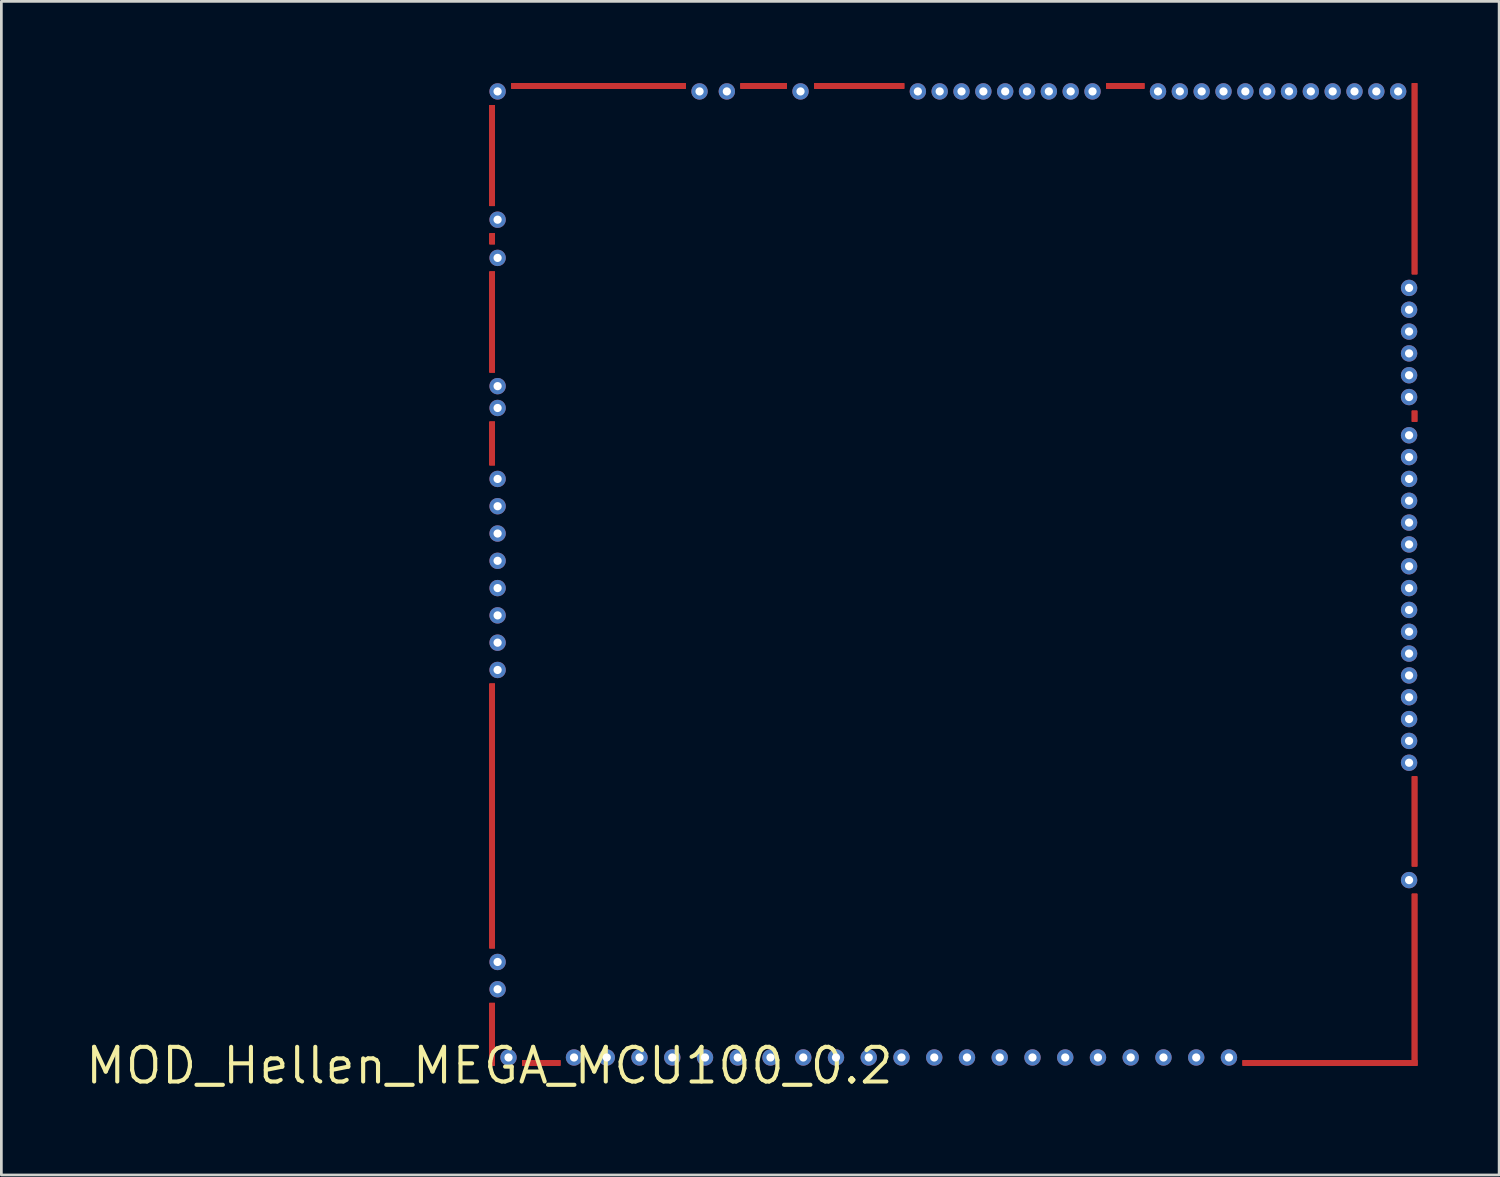
<source format=kicad_pcb>
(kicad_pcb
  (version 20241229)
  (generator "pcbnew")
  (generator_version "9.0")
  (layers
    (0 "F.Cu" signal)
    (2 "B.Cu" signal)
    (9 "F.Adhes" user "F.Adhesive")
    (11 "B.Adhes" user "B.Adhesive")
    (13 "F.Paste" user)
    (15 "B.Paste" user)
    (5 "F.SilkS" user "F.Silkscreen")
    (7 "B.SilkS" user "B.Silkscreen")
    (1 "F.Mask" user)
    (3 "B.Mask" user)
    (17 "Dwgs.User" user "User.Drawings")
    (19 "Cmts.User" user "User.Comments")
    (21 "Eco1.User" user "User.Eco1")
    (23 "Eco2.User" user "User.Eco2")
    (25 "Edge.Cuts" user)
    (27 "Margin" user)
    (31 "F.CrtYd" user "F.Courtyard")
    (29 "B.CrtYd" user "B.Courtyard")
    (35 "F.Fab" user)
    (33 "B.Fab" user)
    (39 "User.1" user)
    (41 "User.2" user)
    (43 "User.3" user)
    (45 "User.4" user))
  (footprint "MOD_Hellen_MEGA_MCU100_0.2"
    (layer "F.Cu")
    (at 14.884 36)
    (property "Reference" "MOD_Hellen_MEGA_MCU100_0.2" (at 0 0 0) (layer "F.SilkS") (effects (font (size 1.27 1.27) (thickness 0.15))))
    (attr through_hole)
    (pad "1" thru_hole oval (at 33.7 -6.8 270) (size 0.6 0.6) (drill 0.3) (layers "F.Cu" "F.Mask"))
    (pad "2" thru_hole oval (at 33.7 -11.1 270) (size 0.6 0.6) (drill 0.3) (layers "F.Cu" "F.Mask"))
    (pad "3" thru_hole oval (at 33.7 -11.9 180) (size 0.6 0.6) (drill 0.3) (layers "F.Cu" "F.Mask"))
    (pad "4" thru_hole oval (at 33.7 -12.7 180) (size 0.6 0.6) (drill 0.3) (layers "F.Cu" "F.Mask"))
    (pad "5" thru_hole oval (at 33.7 -13.5 270) (size 0.6 0.6) (drill 0.3) (layers "F.Cu" "F.Mask"))
    (pad "6" thru_hole oval (at 33.7 -14.3) (size 0.6 0.6) (drill 0.3) (layers "F.Cu" "F.Mask"))
    (pad "7" thru_hole oval (at 33.7 -15.1) (size 0.6 0.6) (drill 0.3) (layers "F.Cu" "F.Mask"))
    (pad "8" thru_hole oval (at 33.7 -15.9) (size 0.6 0.6) (drill 0.3) (layers "F.Cu" "F.Mask"))
    (pad "9" thru_hole oval (at 33.7 -16.7) (size 0.6 0.6) (drill 0.3) (layers "F.Cu" "F.Mask"))
    (pad "10" thru_hole oval (at 33.7 -17.5 180) (size 0.6 0.6) (drill 0.3) (layers "F.Cu" "F.Mask"))
    (pad "11" thru_hole oval (at 33.7 -18.3 180) (size 0.6 0.6) (drill 0.3) (layers "F.Cu" "F.Mask"))
    (pad "12" thru_hole oval (at 33.7 -19.1 180) (size 0.6 0.6) (drill 0.3) (layers "F.Cu" "F.Mask"))
    (pad "13" thru_hole oval (at 33.7 -19.9 180) (size 0.6 0.6) (drill 0.3) (layers "F.Cu" "F.Mask"))
    (pad "14" thru_hole oval (at 33.7 -20.7 180) (size 0.6 0.6) (drill 0.3) (layers "F.Cu" "F.Mask"))
    (pad "15" thru_hole oval (at 33.7 -21.5 180) (size 0.6 0.6) (drill 0.3) (layers "F.Cu" "F.Mask"))
    (pad "16" thru_hole oval (at 33.7 -22.3 270) (size 0.6 0.6) (drill 0.3) (layers "F.Cu" "F.Mask"))
    (pad "17" thru_hole oval (at 33.7 -23.1 270) (size 0.6 0.6) (drill 0.3) (layers "F.Cu" "F.Mask"))
    (pad "18" thru_hole oval (at 33.7 -24.5 270) (size 0.6 0.6) (drill 0.3) (layers "F.Cu" "F.Mask"))
    (pad "19" thru_hole oval (at 33.7 -25.3 270) (size 0.6 0.6) (drill 0.3) (layers "F.Cu" "F.Mask"))
    (pad "20" thru_hole oval (at 33.7 -26.1 270) (size 0.6 0.6) (drill 0.3) (layers "F.Cu" "F.Mask"))
    (pad "21" thru_hole oval (at 33.7 -26.9 270) (size 0.6 0.6) (drill 0.3) (layers "F.Cu" "F.Mask"))
    (pad "22" thru_hole oval (at 33.7 -27.7 270) (size 0.6 0.6) (drill 0.3) (layers "F.Cu" "F.Mask"))
    (pad "23" thru_hole oval (at 33.7 -28.5 180) (size 0.6 0.6) (drill 0.3) (layers "F.Cu" "F.Mask"))
    (pad "24" smd rect (at 33.9 -23.8 180) (size 0.2 0.4) (layers "F.Cu" "F.Mask"))
    (pad "25" smd rect (at 0.1 -33.35) (size 0.2 3.7) (layers "F.Cu" "F.Mask"))
    (pad "26" smd rect (at 0.1 -30.3) (size 0.2 0.4) (layers "F.Cu" "F.Mask"))
    (pad "27" smd rect (at 0.1 -27.25) (size 0.2 3.7) (layers "F.Cu" "F.Mask"))
    (pad "28" smd rect (at 33.9 -32.5 180) (size 0.2 7) (layers "F.Cu" "F.Mask"))
    (pad "29" smd rect (at 33.9 -3.15 180) (size 0.2 6.3) (layers "F.Cu" "F.Mask"))
    (pad "30" smd rect (at 1.9 -0.1 90) (size 0.2 1.4) (layers "F.Cu" "F.Mask"))
    (pad "31" smd rect (at 4 -35.9 270) (size 0.2 6.4) (layers "F.Cu" "F.Mask"))
    (pad "32" smd rect (at 0.1 -22.8) (size 0.2 1.6) (layers "F.Cu" "F.Mask"))
    (pad "33" smd rect (at 0.1 -1.15) (size 0.2 2.3) (layers "F.Cu" "F.Mask"))
    (pad "34" smd rect (at 0.1 -9.15) (size 0.2 9.7) (layers "F.Cu" "F.Mask"))
    (pad "35" smd rect (at 30.8 -0.1 90) (size 0.2 6.4) (layers "F.Cu" "F.Mask"))
    (pad "36" smd rect (at 23.3 -35.9 270) (size 0.2 1.4) (layers "F.Cu" "F.Mask"))
    (pad "37" smd rect (at 33.9 -8.95 180) (size 0.2 3.3) (layers "F.Cu" "F.Mask"))
    (pad "38" smd rect (at 10.05 -35.9 270) (size 0.2 1.7) (layers "F.Cu" "F.Mask"))
    (pad "39" smd rect (at 13.55 -35.9 270) (size 0.2 3.3) (layers "F.Cu" "F.Mask"))
    (pad "40" smd rect (at 33.9 -23.8 180) (size 0.2 0.4) (layers "F.Cu" "F.Mask"))
    (pad "41" smd rect (at 0.1 -33.35) (size 0.2 3.7) (layers "F.Cu" "F.Mask"))
    (pad "42" smd rect (at 0.1 -30.3) (size 0.2 0.4) (layers "F.Cu" "F.Mask"))
    (pad "43" smd rect (at 0.1 -27.25) (size 0.2 3.7) (layers "F.Cu" "F.Mask"))
    (pad "44" smd rect (at 33.9 -32.5 180) (size 0.2 7) (layers "F.Cu" "F.Mask"))
    (pad "45" smd rect (at 33.9 -3.15 180) (size 0.2 6.3) (layers "F.Cu" "F.Mask"))
    (pad "46" smd rect (at 1.9 -0.1 90) (size 0.2 1.4) (layers "F.Cu" "F.Mask"))
    (pad "47" smd rect (at 4 -35.9 270) (size 0.2 6.4) (layers "F.Cu" "F.Mask"))
    (pad "48" smd rect (at 0.1 -22.8) (size 0.2 1.6) (layers "F.Cu" "F.Mask"))
    (pad "49" smd rect (at 0.1 -1.15) (size 0.2 2.3) (layers "F.Cu" "F.Mask"))
    (pad "50" smd rect (at 0.1 -9.15) (size 0.2 9.7) (layers "F.Cu" "F.Mask"))
    (pad "51" smd rect (at 30.8 -0.1 90) (size 0.2 6.4) (layers "F.Cu" "F.Mask"))
    (pad "52" smd rect (at 23.3 -35.9 270) (size 0.2 1.4) (layers "F.Cu" "F.Mask"))
    (pad "53" smd rect (at 33.9 -8.95 180) (size 0.2 3.3) (layers "F.Cu" "F.Mask"))
    (pad "54" smd rect (at 10.05 -35.9 270) (size 0.2 1.7) (layers "F.Cu" "F.Mask"))
    (pad "55" smd rect (at 13.55 -35.9 270) (size 0.2 3.3) (layers "F.Cu" "F.Mask"))
    (pad "56" smd rect (at 33.9 -23.8 180) (size 0.2 0.4) (layers "F.Cu" "F.Mask"))
    (pad "57" smd rect (at 0.1 -33.35) (size 0.2 3.7) (layers "F.Cu" "F.Mask"))
    (pad "58" smd rect (at 0.1 -30.3) (size 0.2 0.4) (layers "F.Cu" "F.Mask"))
    (pad "59" smd rect (at 0.1 -27.25) (size 0.2 3.7) (layers "F.Cu" "F.Mask"))
    (pad "60" smd rect (at 33.9 -32.5 180) (size 0.2 7) (layers "F.Cu" "F.Mask"))
    (pad "61" smd rect (at 33.9 -3.15 180) (size 0.2 6.3) (layers "F.Cu" "F.Mask"))
    (pad "62" smd rect (at 1.9 -0.1 90) (size 0.2 1.4) (layers "F.Cu" "F.Mask"))
    (pad "63" smd rect (at 4 -35.9 270) (size 0.2 6.4) (layers "F.Cu" "F.Mask"))
    (pad "64" smd rect (at 0.1 -22.8) (size 0.2 1.6) (layers "F.Cu" "F.Mask"))
    (pad "65" smd rect (at 0.1 -1.15) (size 0.2 2.3) (layers "F.Cu" "F.Mask"))
    (pad "66" smd rect (at 0.1 -9.15) (size 0.2 9.7) (layers "F.Cu" "F.Mask"))
    (pad "67" smd rect (at 30.8 -0.1 90) (size 0.2 6.4) (layers "F.Cu" "F.Mask"))
    (pad "68" smd rect (at 23.3 -35.9 270) (size 0.2 1.4) (layers "F.Cu" "F.Mask"))
    (pad "69" smd rect (at 33.9 -8.95 180) (size 0.2 3.3) (layers "F.Cu" "F.Mask"))
    (pad "70" smd rect (at 10.05 -35.9 270) (size 0.2 1.7) (layers "F.Cu" "F.Mask"))
    (pad "71" smd rect (at 13.55 -35.9 270) (size 0.2 3.3) (layers "F.Cu" "F.Mask"))
    (pad "72" smd rect (at 33.9 -23.8 180) (size 0.2 0.4) (layers "F.Cu" "F.Mask"))
    (pad "73" smd rect (at 0.1 -33.35) (size 0.2 3.7) (layers "F.Cu" "F.Mask"))
    (pad "74" smd rect (at 0.1 -30.3) (size 0.2 0.4) (layers "F.Cu" "F.Mask"))
    (pad "75" smd rect (at 0.1 -27.25) (size 0.2 3.7) (layers "F.Cu" "F.Mask"))
    (pad "76" smd rect (at 33.9 -32.5 180) (size 0.2 7) (layers "F.Cu" "F.Mask"))
    (pad "77" smd rect (at 33.9 -3.15 180) (size 0.2 6.3) (layers "F.Cu" "F.Mask"))
    (pad "78" smd rect (at 1.9 -0.1 90) (size 0.2 1.4) (layers "F.Cu" "F.Mask"))
    (pad "79" smd rect (at 4 -35.9 270) (size 0.2 6.4) (layers "F.Cu" "F.Mask"))
    (pad "80" smd rect (at 0.1 -22.8) (size 0.2 1.6) (layers "F.Cu" "F.Mask"))
    (pad "81" smd rect (at 0.1 -1.15) (size 0.2 2.3) (layers "F.Cu" "F.Mask"))
    (pad "82" smd rect (at 0.1 -9.15) (size 0.2 9.7) (layers "F.Cu" "F.Mask"))
    (pad "83" smd rect (at 30.8 -0.1 90) (size 0.2 6.4) (layers "F.Cu" "F.Mask"))
    (pad "84" smd rect (at 23.3 -35.9 270) (size 0.2 1.4) (layers "F.Cu" "F.Mask"))
    (pad "85" smd rect (at 33.9 -8.95 180) (size 0.2 3.3) (layers "F.Cu" "F.Mask"))
    (pad "86" smd rect (at 10.05 -35.9 270) (size 0.2 1.7) (layers "F.Cu" "F.Mask"))
    (pad "87" smd rect (at 13.55 -35.9 270) (size 0.2 3.3) (layers "F.Cu" "F.Mask"))
    (pad "88" thru_hole oval (at 33.3 -35.7 270) (size 0.6 0.6) (drill 0.3) (layers "F.Cu" "F.Mask"))
    (pad "89" thru_hole oval (at 32.5 -35.7 270) (size 0.6 0.6) (drill 0.3) (layers "F.Cu" "F.Mask"))
    (pad "90" thru_hole oval (at 31.7 -35.7 270) (size 0.6 0.6) (drill 0.3) (layers "F.Cu" "F.Mask"))
    (pad "91" thru_hole oval (at 30.9 -35.7 270) (size 0.6 0.6) (drill 0.3) (layers "F.Cu" "F.Mask"))
    (pad "92" thru_hole oval (at 30.1 -35.7 270) (size 0.6 0.6) (drill 0.3) (layers "F.Cu" "F.Mask"))
    (pad "93" thru_hole oval (at 29.3 -35.7 270) (size 0.6 0.6) (drill 0.3) (layers "F.Cu" "F.Mask"))
    (pad "94" thru_hole oval (at 28.5 -35.7 90) (size 0.6 0.6) (drill 0.3) (layers "F.Cu" "F.Mask"))
    (pad "95" thru_hole oval (at 27.7 -35.7 270) (size 0.6 0.6) (drill 0.3) (layers "F.Cu" "F.Mask"))
    (pad "96" thru_hole oval (at 26.9 -35.7 90) (size 0.6 0.6) (drill 0.3) (layers "F.Cu" "F.Mask"))
    (pad "97" thru_hole oval (at 26.1 -35.7 90) (size 0.6 0.6) (drill 0.3) (layers "F.Cu" "F.Mask"))
    (pad "98" thru_hole oval (at 25.3 -35.7 90) (size 0.6 0.6) (drill 0.3) (layers "F.Cu" "F.Mask"))
    (pad "99" thru_hole oval (at 24.5 -35.7 90) (size 0.6 0.6) (drill 0.3) (layers "F.Cu" "F.Mask"))
    (pad "100" thru_hole oval (at 22.1 -35.7 270) (size 0.6 0.6) (drill 0.3) (layers "F.Cu" "F.Mask"))
    (pad "101" thru_hole oval (at 21.3 -35.7 270) (size 0.6 0.6) (drill 0.3) (layers "F.Cu" "F.Mask"))
    (pad "102" thru_hole oval (at 20.5 -35.7 270) (size 0.6 0.6) (drill 0.3) (layers "F.Cu" "F.Mask"))
    (pad "103" thru_hole oval (at 19.7 -35.7 270) (size 0.6 0.6) (drill 0.3) (layers "F.Cu" "F.Mask"))
    (pad "104" thru_hole oval (at 18.9 -35.7 270) (size 0.6 0.6) (drill 0.3) (layers "F.Cu" "F.Mask"))
    (pad "105" thru_hole oval (at 18.1 -35.7 90) (size 0.6 0.6) (drill 0.3) (layers "F.Cu" "F.Mask"))
    (pad "106" thru_hole oval (at 17.3 -35.7 270) (size 0.6 0.6) (drill 0.3) (layers "F.Cu" "F.Mask"))
    (pad "107" thru_hole oval (at 16.5 -35.7 270) (size 0.6 0.6) (drill 0.3) (layers "F.Cu" "F.Mask"))
    (pad "108" thru_hole oval (at 15.7 -35.7 270) (size 0.6 0.6) (drill 0.3) (layers "F.Cu" "F.Mask"))
    (pad "109" thru_hole oval (at 11.4 -35.7 270) (size 0.6 0.6) (drill 0.3) (layers "F.Cu" "F.Mask"))
    (pad "110" thru_hole oval (at 8.7 -35.7 270) (size 0.6 0.6) (drill 0.3) (layers "F.Cu" "F.Mask"))
    (pad "111" thru_hole oval (at 7.7 -35.7 270) (size 0.6 0.6) (drill 0.3) (layers "F.Cu" "F.Mask"))
    (pad "112" thru_hole oval (at 0.3 -35.7 270) (size 0.6 0.6) (drill 0.3) (layers "F.Cu" "F.Mask"))
    (pad "113" thru_hole oval (at 27.1 -0.3 270) (size 0.6 0.6) (drill 0.3) (layers "F.Cu" "F.Mask"))
    (pad "114" thru_hole oval (at 25.9 -0.3 270) (size 0.6 0.6) (drill 0.3) (layers "F.Cu" "F.Mask"))
    (pad "115" thru_hole oval (at 24.7 -0.3 270) (size 0.6 0.6) (drill 0.3) (layers "F.Cu" "F.Mask"))
    (pad "116" thru_hole oval (at 23.5 -0.3 270) (size 0.6 0.6) (drill 0.3) (layers "F.Cu" "F.Mask"))
    (pad "117" thru_hole oval (at 22.3 -0.3 270) (size 0.6 0.6) (drill 0.3) (layers "F.Cu" "F.Mask"))
    (pad "118" thru_hole oval (at 21.1 -0.3 270) (size 0.6 0.6) (drill 0.3) (layers "F.Cu" "F.Mask"))
    (pad "119" thru_hole oval (at 19.9 -0.3 270) (size 0.6 0.6) (drill 0.3) (layers "F.Cu" "F.Mask"))
    (pad "120" thru_hole oval (at 18.7 -0.3 270) (size 0.6 0.6) (drill 0.3) (layers "F.Cu" "F.Mask"))
    (pad "121" thru_hole oval (at 17.5 -0.3 270) (size 0.6 0.6) (drill 0.3) (layers "F.Cu" "F.Mask"))
    (pad "122" thru_hole oval (at 16.3 -0.3 270) (size 0.6 0.6) (drill 0.3) (layers "F.Cu" "F.Mask"))
    (pad "123" thru_hole oval (at 15.1 -0.3 270) (size 0.6 0.6) (drill 0.3) (layers "F.Cu" "F.Mask"))
    (pad "124" thru_hole oval (at 13.9 -0.3 270) (size 0.6 0.6) (drill 0.3) (layers "F.Cu" "F.Mask"))
    (pad "125" thru_hole oval (at 12.7 -0.3 270) (size 0.6 0.6) (drill 0.3) (layers "F.Cu" "F.Mask"))
    (pad "126" thru_hole oval (at 11.5 -0.3 270) (size 0.6 0.6) (drill 0.3) (layers "F.Cu" "F.Mask"))
    (pad "127" thru_hole oval (at 10.3 -0.3 270) (size 0.6 0.6) (drill 0.3) (layers "F.Cu" "F.Mask"))
    (pad "128" thru_hole oval (at 9.1 -0.3 270) (size 0.6 0.6) (drill 0.3) (layers "F.Cu" "F.Mask"))
    (pad "129" thru_hole oval (at 7.9 -0.3 270) (size 0.6 0.6) (drill 0.3) (layers "F.Cu" "F.Mask"))
    (pad "130" thru_hole oval (at 6.7 -0.3 270) (size 0.6 0.6) (drill 0.3) (layers "F.Cu" "F.Mask"))
    (pad "131" thru_hole oval (at 5.5 -0.3 270) (size 0.6 0.6) (drill 0.3) (layers "F.Cu" "F.Mask"))
    (pad "132" thru_hole oval (at 4.3 -0.3 270) (size 0.6 0.6) (drill 0.3) (layers "F.Cu" "F.Mask"))
    (pad "133" thru_hole oval (at 3.1 -0.3 270) (size 0.6 0.6) (drill 0.3) (layers "F.Cu" "F.Mask"))
    (pad "134" thru_hole oval (at 0.7 -0.3 270) (size 0.6 0.6) (drill 0.3) (layers "F.Cu" "F.Mask"))
    (pad "135" thru_hole oval (at 0.3 -2.8 180) (size 0.6 0.6) (drill 0.3) (layers "F.Cu" "F.Mask"))
    (pad "136" thru_hole oval (at 0.3 -3.8 270) (size 0.6 0.6) (drill 0.3) (layers "F.Cu" "F.Mask"))
    (pad "137" thru_hole oval (at 0.3 -14.5 180) (size 0.6 0.6) (drill 0.3) (layers "F.Cu" "F.Mask"))
    (pad "138" thru_hole oval (at 0.3 -15.5 180) (size 0.6 0.6) (drill 0.3) (layers "F.Cu" "F.Mask"))
    (pad "139" thru_hole oval (at 0.3 -16.5 180) (size 0.6 0.6) (drill 0.3) (layers "F.Cu" "F.Mask"))
    (pad "140" thru_hole oval (at 0.3 -17.5 180) (size 0.6 0.6) (drill 0.3) (layers "F.Cu" "F.Mask"))
    (pad "141" thru_hole oval (at 0.3 -18.5 180) (size 0.6 0.6) (drill 0.3) (layers "F.Cu" "F.Mask"))
    (pad "142" thru_hole oval (at 0.3 -19.5 180) (size 0.6 0.6) (drill 0.3) (layers "F.Cu" "F.Mask"))
    (pad "143" thru_hole oval (at 0.3 -20.5 180) (size 0.6 0.6) (drill 0.3) (layers "F.Cu" "F.Mask"))
    (pad "144" thru_hole oval (at 0.3 -21.5 180) (size 0.6 0.6) (drill 0.3) (layers "F.Cu" "F.Mask"))
    (pad "145" thru_hole oval (at 0.3 -24.1 270) (size 0.6 0.6) (drill 0.3) (layers "F.Cu" "F.Mask"))
    (pad "146" thru_hole oval (at 0.3 -24.9 270) (size 0.6 0.6) (drill 0.3) (layers "F.Cu" "F.Mask"))
    (pad "147" thru_hole oval (at 0.3 -29.6 180) (size 0.6 0.6) (drill 0.3) (layers "F.Cu" "F.Mask"))
    (pad "148" thru_hole oval (at 0.3 -31 270) (size 0.6 0.6) (drill 0.3) (layers "F.Cu" "F.Mask")))
  (gr_rect
    (start -3 -3)
    (end 51.884 40.006)
    (stroke (width 0.1) (type default))
    (fill no)
    (layer "Edge.Cuts")))
</source>
